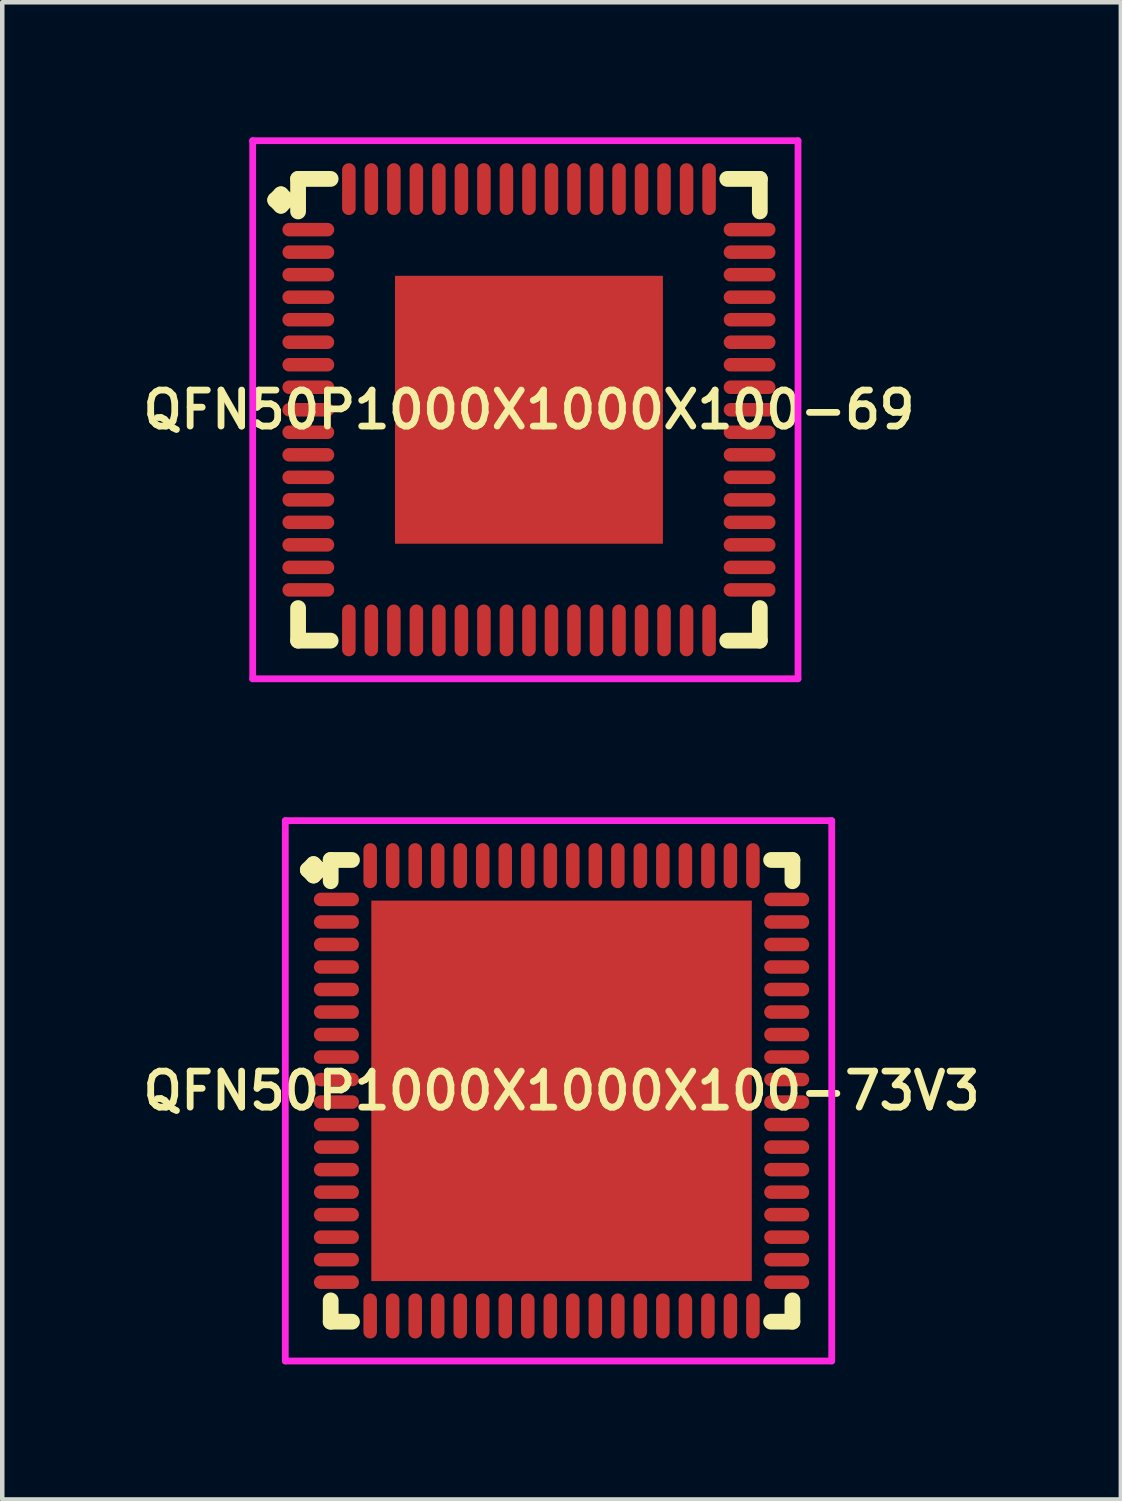
<source format=kicad_pcb>
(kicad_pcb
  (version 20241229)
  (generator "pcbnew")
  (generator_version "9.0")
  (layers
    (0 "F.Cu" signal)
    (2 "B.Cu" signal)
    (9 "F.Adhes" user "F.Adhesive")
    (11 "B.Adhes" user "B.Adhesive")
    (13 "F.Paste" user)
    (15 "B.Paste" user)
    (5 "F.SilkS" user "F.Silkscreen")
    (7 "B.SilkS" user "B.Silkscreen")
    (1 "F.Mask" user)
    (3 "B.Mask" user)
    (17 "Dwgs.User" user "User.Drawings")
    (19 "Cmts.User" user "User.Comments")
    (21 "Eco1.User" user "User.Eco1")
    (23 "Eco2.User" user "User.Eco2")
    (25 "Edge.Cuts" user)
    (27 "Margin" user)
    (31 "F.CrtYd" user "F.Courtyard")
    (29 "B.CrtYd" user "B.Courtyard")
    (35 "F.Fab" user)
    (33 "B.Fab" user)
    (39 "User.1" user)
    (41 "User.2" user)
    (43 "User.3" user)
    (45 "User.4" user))
  (footprint "QFN50P1000X1000X100-73V3"
    (layer "F.Cu")
    (at 9.421 21.175)
    (property "Reference" "QFN50P1000X1000X100-73V3" (at 0 0 0) (layer "F.SilkS") (effects (font (size 0.8 0.8) (thickness 0.15))))
    (attr smd)
    (fp_line (start -5.635 -4.908) (end -5.508 -5.035) (stroke (width 0.35) (type solid)) (layer "F.SilkS"))
    (fp_line (start -5.508 -5.035) (end -5.381 -4.908) (stroke (width 0.35) (type solid)) (layer "F.SilkS"))
    (fp_line (start -5.508 -4.781) (end -5.635 -4.908) (stroke (width 0.35) (type solid)) (layer "F.SilkS"))
    (fp_line (start -5.381 -4.908) (end -5.508 -4.781) (stroke (width 0.35) (type solid)) (layer "F.SilkS"))
    (fp_line (start -5.127 -5.127) (end -4.654 -5.127) (stroke (width 0.35) (type solid)) (layer "F.SilkS"))
    (fp_line (start -5.127 -4.654) (end -5.127 -5.127) (stroke (width 0.35) (type solid)) (layer "F.SilkS"))
    (fp_line (start -5.127 4.654) (end -5.127 5.127) (stroke (width 0.35) (type solid)) (layer "F.SilkS"))
    (fp_line (start -5.127 5.127) (end -4.654 5.127) (stroke (width 0.35) (type solid)) (layer "F.SilkS"))
    (fp_line (start 4.654 -5.127) (end 5.127 -5.127) (stroke (width 0.35) (type solid)) (layer "F.SilkS"))
    (fp_line (start 4.654 5.127) (end 5.127 5.127) (stroke (width 0.35) (type solid)) (layer "F.SilkS"))
    (fp_line (start 5.127 -5.127) (end 5.127 -4.654) (stroke (width 0.35) (type solid)) (layer "F.SilkS"))
    (fp_line (start 5.127 5.127) (end 5.127 4.654) (stroke (width 0.35) (type solid)) (layer "F.SilkS"))
    (fp_line (start -6.135 -6) (end 6 -6) (stroke (width 0.15) (type solid)) (layer "F.CrtYd"))
    (fp_line (start -6.135 6) (end -6.135 -6) (stroke (width 0.15) (type solid)) (layer "F.CrtYd"))
    (fp_line (start 6 -6) (end 6 6) (stroke (width 0.15) (type solid)) (layer "F.CrtYd"))
    (fp_line (start 6 6) (end -6.135 6) (stroke (width 0.15) (type solid)) (layer "F.CrtYd"))
    (pad "1" smd oval (at -5 -4.25) (size 1 0.3) (layers "F.Cu" "F.Mask" "F.Paste"))
    (pad "2" smd oval (at -5 -3.75) (size 1 0.3) (layers "F.Cu" "F.Mask" "F.Paste"))
    (pad "3" smd oval (at -5 -3.25) (size 1 0.3) (layers "F.Cu" "F.Mask" "F.Paste"))
    (pad "4" smd oval (at -5 -2.75) (size 1 0.3) (layers "F.Cu" "F.Mask" "F.Paste"))
    (pad "5" smd oval (at -5 -2.25) (size 1 0.3) (layers "F.Cu" "F.Mask" "F.Paste"))
    (pad "6" smd oval (at -5 -1.75) (size 1 0.3) (layers "F.Cu" "F.Mask" "F.Paste"))
    (pad "7" smd oval (at -5 -1.25) (size 1 0.3) (layers "F.Cu" "F.Mask" "F.Paste"))
    (pad "8" smd oval (at -5 -0.75) (size 1 0.3) (layers "F.Cu" "F.Mask" "F.Paste"))
    (pad "9" smd oval (at -5 -0.25) (size 1 0.3) (layers "F.Cu" "F.Mask" "F.Paste"))
    (pad "10" smd oval (at -5 0.25) (size 1 0.3) (layers "F.Cu" "F.Mask" "F.Paste"))
    (pad "11" smd oval (at -5 0.75) (size 1 0.3) (layers "F.Cu" "F.Mask" "F.Paste"))
    (pad "12" smd oval (at -5 1.25) (size 1 0.3) (layers "F.Cu" "F.Mask" "F.Paste"))
    (pad "13" smd oval (at -5 1.75) (size 1 0.3) (layers "F.Cu" "F.Mask" "F.Paste"))
    (pad "14" smd oval (at -5 2.25) (size 1 0.3) (layers "F.Cu" "F.Mask" "F.Paste"))
    (pad "15" smd oval (at -5 2.75) (size 1 0.3) (layers "F.Cu" "F.Mask" "F.Paste"))
    (pad "16" smd oval (at -5 3.25) (size 1 0.3) (layers "F.Cu" "F.Mask" "F.Paste"))
    (pad "17" smd oval (at -5 3.75) (size 1 0.3) (layers "F.Cu" "F.Mask" "F.Paste"))
    (pad "18" smd oval (at -5 4.25) (size 1 0.3) (layers "F.Cu" "F.Mask" "F.Paste"))
    (pad "19" smd oval (at -4.25 5) (size 0.3 1) (layers "F.Cu" "F.Mask" "F.Paste"))
    (pad "20" smd oval (at -3.75 5) (size 0.3 1) (layers "F.Cu" "F.Mask" "F.Paste"))
    (pad "21" smd oval (at -3.25 5) (size 0.3 1) (layers "F.Cu" "F.Mask" "F.Paste"))
    (pad "22" smd oval (at -2.75 5) (size 0.3 1) (layers "F.Cu" "F.Mask" "F.Paste"))
    (pad "23" smd oval (at -2.25 5) (size 0.3 1) (layers "F.Cu" "F.Mask" "F.Paste"))
    (pad "24" smd oval (at -1.75 5) (size 0.3 1) (layers "F.Cu" "F.Mask" "F.Paste"))
    (pad "25" smd oval (at -1.25 5) (size 0.3 1) (layers "F.Cu" "F.Mask" "F.Paste"))
    (pad "26" smd oval (at -0.75 5) (size 0.3 1) (layers "F.Cu" "F.Mask" "F.Paste"))
    (pad "27" smd oval (at -0.25 5) (size 0.3 1) (layers "F.Cu" "F.Mask" "F.Paste"))
    (pad "28" smd oval (at 0.25 5) (size 0.3 1) (layers "F.Cu" "F.Mask" "F.Paste"))
    (pad "29" smd oval (at 0.75 5) (size 0.3 1) (layers "F.Cu" "F.Mask" "F.Paste"))
    (pad "30" smd oval (at 1.25 5) (size 0.3 1) (layers "F.Cu" "F.Mask" "F.Paste"))
    (pad "31" smd oval (at 1.75 5) (size 0.3 1) (layers "F.Cu" "F.Mask" "F.Paste"))
    (pad "32" smd oval (at 2.25 5) (size 0.3 1) (layers "F.Cu" "F.Mask" "F.Paste"))
    (pad "33" smd oval (at 2.75 5) (size 0.3 1) (layers "F.Cu" "F.Mask" "F.Paste"))
    (pad "34" smd oval (at 3.25 5) (size 0.3 1) (layers "F.Cu" "F.Mask" "F.Paste"))
    (pad "35" smd oval (at 3.75 5) (size 0.3 1) (layers "F.Cu" "F.Mask" "F.Paste"))
    (pad "36" smd oval (at 4.25 5) (size 0.3 1) (layers "F.Cu" "F.Mask" "F.Paste"))
    (pad "37" smd oval (at 5 4.25) (size 1 0.3) (layers "F.Cu" "F.Mask" "F.Paste"))
    (pad "38" smd oval (at 5 3.75) (size 1 0.3) (layers "F.Cu" "F.Mask" "F.Paste"))
    (pad "39" smd oval (at 5 3.25) (size 1 0.3) (layers "F.Cu" "F.Mask" "F.Paste"))
    (pad "40" smd oval (at 5 2.75) (size 1 0.3) (layers "F.Cu" "F.Mask" "F.Paste"))
    (pad "41" smd oval (at 5 2.25) (size 1 0.3) (layers "F.Cu" "F.Mask" "F.Paste"))
    (pad "42" smd oval (at 5 1.75) (size 1 0.3) (layers "F.Cu" "F.Mask" "F.Paste"))
    (pad "43" smd oval (at 5 1.25) (size 1 0.3) (layers "F.Cu" "F.Mask" "F.Paste"))
    (pad "44" smd oval (at 5 0.75) (size 1 0.3) (layers "F.Cu" "F.Mask" "F.Paste"))
    (pad "45" smd oval (at 5 0.25) (size 1 0.3) (layers "F.Cu" "F.Mask" "F.Paste"))
    (pad "46" smd oval (at 5 -0.25) (size 1 0.3) (layers "F.Cu" "F.Mask" "F.Paste"))
    (pad "47" smd oval (at 5 -0.75) (size 1 0.3) (layers "F.Cu" "F.Mask" "F.Paste"))
    (pad "48" smd oval (at 5 -1.25) (size 1 0.3) (layers "F.Cu" "F.Mask" "F.Paste"))
    (pad "49" smd oval (at 5 -1.75) (size 1 0.3) (layers "F.Cu" "F.Mask" "F.Paste"))
    (pad "50" smd oval (at 5 -2.25) (size 1 0.3) (layers "F.Cu" "F.Mask" "F.Paste"))
    (pad "51" smd oval (at 5 -2.75) (size 1 0.3) (layers "F.Cu" "F.Mask" "F.Paste"))
    (pad "52" smd oval (at 5 -3.25) (size 1 0.3) (layers "F.Cu" "F.Mask" "F.Paste"))
    (pad "53" smd oval (at 5 -3.75) (size 1 0.3) (layers "F.Cu" "F.Mask" "F.Paste"))
    (pad "54" smd oval (at 5 -4.25) (size 1 0.3) (layers "F.Cu" "F.Mask" "F.Paste"))
    (pad "55" smd oval (at 4.25 -5) (size 0.3 1) (layers "F.Cu" "F.Mask" "F.Paste"))
    (pad "56" smd oval (at 3.75 -5) (size 0.3 1) (layers "F.Cu" "F.Mask" "F.Paste"))
    (pad "57" smd oval (at 3.25 -5) (size 0.3 1) (layers "F.Cu" "F.Mask" "F.Paste"))
    (pad "58" smd oval (at 2.75 -5) (size 0.3 1) (layers "F.Cu" "F.Mask" "F.Paste"))
    (pad "59" smd oval (at 2.25 -5) (size 0.3 1) (layers "F.Cu" "F.Mask" "F.Paste"))
    (pad "60" smd oval (at 1.75 -5) (size 0.3 1) (layers "F.Cu" "F.Mask" "F.Paste"))
    (pad "61" smd oval (at 1.25 -5) (size 0.3 1) (layers "F.Cu" "F.Mask" "F.Paste"))
    (pad "62" smd oval (at 0.75 -5) (size 0.3 1) (layers "F.Cu" "F.Mask" "F.Paste"))
    (pad "63" smd oval (at 0.25 -5) (size 0.3 1) (layers "F.Cu" "F.Mask" "F.Paste"))
    (pad "64" smd oval (at -0.25 -5) (size 0.3 1) (layers "F.Cu" "F.Mask" "F.Paste"))
    (pad "65" smd oval (at -0.75 -5) (size 0.3 1) (layers "F.Cu" "F.Mask" "F.Paste"))
    (pad "66" smd oval (at -1.25 -5) (size 0.3 1) (layers "F.Cu" "F.Mask" "F.Paste"))
    (pad "67" smd oval (at -1.75 -5) (size 0.3 1) (layers "F.Cu" "F.Mask" "F.Paste"))
    (pad "68" smd oval (at -2.25 -5) (size 0.3 1) (layers "F.Cu" "F.Mask" "F.Paste"))
    (pad "69" smd oval (at -2.75 -5) (size 0.3 1) (layers "F.Cu" "F.Mask" "F.Paste"))
    (pad "70" smd oval (at -3.25 -5) (size 0.3 1) (layers "F.Cu" "F.Mask" "F.Paste"))
    (pad "71" smd oval (at -3.75 -5) (size 0.3 1) (layers "F.Cu" "F.Mask" "F.Paste"))
    (pad "72" smd oval (at -4.25 -5) (size 0.3 1) (layers "F.Cu" "F.Mask" "F.Paste"))
    (pad "73" smd rect (at 0 0) (size 8.45 8.45) (layers "F.Cu" "F.Mask" "F.Paste")))
  (footprint "QFN50P1000X1000X100-69"
    (layer "F.Cu")
    (at 8.697 6.05)
    (property "Reference" "QFN50P1000X1000X100-69" (at 0 0 0) (layer "F.SilkS") (effects (font (size 0.8 0.8) (thickness 0.15))))
    (attr smd)
    (fp_line (start -5.635 -4.658) (end -5.508 -4.785) (stroke (width 0.35) (type solid)) (layer "F.SilkS"))
    (fp_line (start -5.508 -4.785) (end -5.381 -4.658) (stroke (width 0.35) (type solid)) (layer "F.SilkS"))
    (fp_line (start -5.508 -4.531) (end -5.635 -4.658) (stroke (width 0.35) (type solid)) (layer "F.SilkS"))
    (fp_line (start -5.381 -4.658) (end -5.508 -4.531) (stroke (width 0.35) (type solid)) (layer "F.SilkS"))
    (fp_line (start -5.127 -5.127) (end -4.404 -5.127) (stroke (width 0.35) (type solid)) (layer "F.SilkS"))
    (fp_line (start -5.127 -4.404) (end -5.127 -5.127) (stroke (width 0.35) (type solid)) (layer "F.SilkS"))
    (fp_line (start -5.127 4.404) (end -5.127 5.127) (stroke (width 0.35) (type solid)) (layer "F.SilkS"))
    (fp_line (start -5.127 5.127) (end -4.404 5.127) (stroke (width 0.35) (type solid)) (layer "F.SilkS"))
    (fp_line (start 4.404 -5.127) (end 5.127 -5.127) (stroke (width 0.35) (type solid)) (layer "F.SilkS"))
    (fp_line (start 4.404 5.127) (end 5.127 5.127) (stroke (width 0.35) (type solid)) (layer "F.SilkS"))
    (fp_line (start 5.127 -5.127) (end 5.127 -4.404) (stroke (width 0.35) (type solid)) (layer "F.SilkS"))
    (fp_line (start 5.127 5.127) (end 5.127 4.404) (stroke (width 0.35) (type solid)) (layer "F.SilkS"))
    (fp_line (start -6.135 -5.975) (end 5.975 -5.975) (stroke (width 0.15) (type solid)) (layer "F.CrtYd"))
    (fp_line (start -6.135 5.975) (end -6.135 -5.975) (stroke (width 0.15) (type solid)) (layer "F.CrtYd"))
    (fp_line (start 5.975 -5.975) (end 5.975 5.975) (stroke (width 0.15) (type solid)) (layer "F.CrtYd"))
    (fp_line (start 5.975 5.975) (end -6.135 5.975) (stroke (width 0.15) (type solid)) (layer "F.CrtYd"))
    (pad "1" smd oval (at -4.9 -4) (size 1.15 0.3) (layers "F.Cu" "F.Mask" "F.Paste"))
    (pad "2" smd oval (at -4.9 -3.5) (size 1.15 0.3) (layers "F.Cu" "F.Mask" "F.Paste"))
    (pad "3" smd oval (at -4.9 -3) (size 1.15 0.3) (layers "F.Cu" "F.Mask" "F.Paste"))
    (pad "4" smd oval (at -4.9 -2.5) (size 1.15 0.3) (layers "F.Cu" "F.Mask" "F.Paste"))
    (pad "5" smd oval (at -4.9 -2) (size 1.15 0.3) (layers "F.Cu" "F.Mask" "F.Paste"))
    (pad "6" smd oval (at -4.9 -1.5) (size 1.15 0.3) (layers "F.Cu" "F.Mask" "F.Paste"))
    (pad "7" smd oval (at -4.9 -1) (size 1.15 0.3) (layers "F.Cu" "F.Mask" "F.Paste"))
    (pad "8" smd oval (at -4.9 -0.5) (size 1.15 0.3) (layers "F.Cu" "F.Mask" "F.Paste"))
    (pad "9" smd oval (at -4.9 0) (size 1.15 0.3) (layers "F.Cu" "F.Mask" "F.Paste"))
    (pad "10" smd oval (at -4.9 0.5) (size 1.15 0.3) (layers "F.Cu" "F.Mask" "F.Paste"))
    (pad "11" smd oval (at -4.9 1) (size 1.15 0.3) (layers "F.Cu" "F.Mask" "F.Paste"))
    (pad "12" smd oval (at -4.9 1.5) (size 1.15 0.3) (layers "F.Cu" "F.Mask" "F.Paste"))
    (pad "13" smd oval (at -4.9 2) (size 1.15 0.3) (layers "F.Cu" "F.Mask" "F.Paste"))
    (pad "14" smd oval (at -4.9 2.5) (size 1.15 0.3) (layers "F.Cu" "F.Mask" "F.Paste"))
    (pad "15" smd oval (at -4.9 3) (size 1.15 0.3) (layers "F.Cu" "F.Mask" "F.Paste"))
    (pad "16" smd oval (at -4.9 3.5) (size 1.15 0.3) (layers "F.Cu" "F.Mask" "F.Paste"))
    (pad "17" smd oval (at -4.9 4) (size 1.15 0.3) (layers "F.Cu" "F.Mask" "F.Paste"))
    (pad "18" smd oval (at -4 4.9) (size 0.3 1.15) (layers "F.Cu" "F.Mask" "F.Paste"))
    (pad "19" smd oval (at -3.5 4.9) (size 0.3 1.15) (layers "F.Cu" "F.Mask" "F.Paste"))
    (pad "20" smd oval (at -3 4.9) (size 0.3 1.15) (layers "F.Cu" "F.Mask" "F.Paste"))
    (pad "21" smd oval (at -2.5 4.9) (size 0.3 1.15) (layers "F.Cu" "F.Mask" "F.Paste"))
    (pad "22" smd oval (at -2 4.9) (size 0.3 1.15) (layers "F.Cu" "F.Mask" "F.Paste"))
    (pad "23" smd oval (at -1.5 4.9) (size 0.3 1.15) (layers "F.Cu" "F.Mask" "F.Paste"))
    (pad "24" smd oval (at -1 4.9) (size 0.3 1.15) (layers "F.Cu" "F.Mask" "F.Paste"))
    (pad "25" smd oval (at -0.5 4.9) (size 0.3 1.15) (layers "F.Cu" "F.Mask" "F.Paste"))
    (pad "26" smd oval (at 0 4.9) (size 0.3 1.15) (layers "F.Cu" "F.Mask" "F.Paste"))
    (pad "27" smd oval (at 0.5 4.9) (size 0.3 1.15) (layers "F.Cu" "F.Mask" "F.Paste"))
    (pad "28" smd oval (at 1 4.9) (size 0.3 1.15) (layers "F.Cu" "F.Mask" "F.Paste"))
    (pad "29" smd oval (at 1.5 4.9) (size 0.3 1.15) (layers "F.Cu" "F.Mask" "F.Paste"))
    (pad "30" smd oval (at 2 4.9) (size 0.3 1.15) (layers "F.Cu" "F.Mask" "F.Paste"))
    (pad "31" smd oval (at 2.5 4.9) (size 0.3 1.15) (layers "F.Cu" "F.Mask" "F.Paste"))
    (pad "32" smd oval (at 3 4.9) (size 0.3 1.15) (layers "F.Cu" "F.Mask" "F.Paste"))
    (pad "33" smd oval (at 3.5 4.9) (size 0.3 1.15) (layers "F.Cu" "F.Mask" "F.Paste"))
    (pad "34" smd oval (at 4 4.9) (size 0.3 1.15) (layers "F.Cu" "F.Mask" "F.Paste"))
    (pad "35" smd oval (at 4.9 4) (size 1.15 0.3) (layers "F.Cu" "F.Mask" "F.Paste"))
    (pad "36" smd oval (at 4.9 3.5) (size 1.15 0.3) (layers "F.Cu" "F.Mask" "F.Paste"))
    (pad "37" smd oval (at 4.9 3) (size 1.15 0.3) (layers "F.Cu" "F.Mask" "F.Paste"))
    (pad "38" smd oval (at 4.9 2.5) (size 1.15 0.3) (layers "F.Cu" "F.Mask" "F.Paste"))
    (pad "39" smd oval (at 4.9 2) (size 1.15 0.3) (layers "F.Cu" "F.Mask" "F.Paste"))
    (pad "40" smd oval (at 4.9 1.5) (size 1.15 0.3) (layers "F.Cu" "F.Mask" "F.Paste"))
    (pad "41" smd oval (at 4.9 1) (size 1.15 0.3) (layers "F.Cu" "F.Mask" "F.Paste"))
    (pad "42" smd oval (at 4.9 0.5) (size 1.15 0.3) (layers "F.Cu" "F.Mask" "F.Paste"))
    (pad "43" smd oval (at 4.9 0) (size 1.15 0.3) (layers "F.Cu" "F.Mask" "F.Paste"))
    (pad "44" smd oval (at 4.9 -0.5) (size 1.15 0.3) (layers "F.Cu" "F.Mask" "F.Paste"))
    (pad "45" smd oval (at 4.9 -1) (size 1.15 0.3) (layers "F.Cu" "F.Mask" "F.Paste"))
    (pad "46" smd oval (at 4.9 -1.5) (size 1.15 0.3) (layers "F.Cu" "F.Mask" "F.Paste"))
    (pad "47" smd oval (at 4.9 -2) (size 1.15 0.3) (layers "F.Cu" "F.Mask" "F.Paste"))
    (pad "48" smd oval (at 4.9 -2.5) (size 1.15 0.3) (layers "F.Cu" "F.Mask" "F.Paste"))
    (pad "49" smd oval (at 4.9 -3) (size 1.15 0.3) (layers "F.Cu" "F.Mask" "F.Paste"))
    (pad "50" smd oval (at 4.9 -3.5) (size 1.15 0.3) (layers "F.Cu" "F.Mask" "F.Paste"))
    (pad "51" smd oval (at 4.9 -4) (size 1.15 0.3) (layers "F.Cu" "F.Mask" "F.Paste"))
    (pad "52" smd oval (at 4 -4.9) (size 0.3 1.15) (layers "F.Cu" "F.Mask" "F.Paste"))
    (pad "53" smd oval (at 3.5 -4.9) (size 0.3 1.15) (layers "F.Cu" "F.Mask" "F.Paste"))
    (pad "54" smd oval (at 3 -4.9) (size 0.3 1.15) (layers "F.Cu" "F.Mask" "F.Paste"))
    (pad "55" smd oval (at 2.5 -4.9) (size 0.3 1.15) (layers "F.Cu" "F.Mask" "F.Paste"))
    (pad "56" smd oval (at 2 -4.9) (size 0.3 1.15) (layers "F.Cu" "F.Mask" "F.Paste"))
    (pad "57" smd oval (at 1.5 -4.9) (size 0.3 1.15) (layers "F.Cu" "F.Mask" "F.Paste"))
    (pad "58" smd oval (at 1 -4.9) (size 0.3 1.15) (layers "F.Cu" "F.Mask" "F.Paste"))
    (pad "59" smd oval (at 0.5 -4.9) (size 0.3 1.15) (layers "F.Cu" "F.Mask" "F.Paste"))
    (pad "60" smd oval (at 0 -4.9) (size 0.3 1.15) (layers "F.Cu" "F.Mask" "F.Paste"))
    (pad "61" smd oval (at -0.5 -4.9) (size 0.3 1.15) (layers "F.Cu" "F.Mask" "F.Paste"))
    (pad "62" smd oval (at -1 -4.9) (size 0.3 1.15) (layers "F.Cu" "F.Mask" "F.Paste"))
    (pad "63" smd oval (at -1.5 -4.9) (size 0.3 1.15) (layers "F.Cu" "F.Mask" "F.Paste"))
    (pad "64" smd oval (at -2 -4.9) (size 0.3 1.15) (layers "F.Cu" "F.Mask" "F.Paste"))
    (pad "65" smd oval (at -2.5 -4.9) (size 0.3 1.15) (layers "F.Cu" "F.Mask" "F.Paste"))
    (pad "66" smd oval (at -3 -4.9) (size 0.3 1.15) (layers "F.Cu" "F.Mask" "F.Paste"))
    (pad "67" smd oval (at -3.5 -4.9) (size 0.3 1.15) (layers "F.Cu" "F.Mask" "F.Paste"))
    (pad "68" smd oval (at -4 -4.9) (size 0.3 1.15) (layers "F.Cu" "F.Mask" "F.Paste"))
    (pad "69" smd rect (at 0 0) (size 5.95 5.95) (layers "F.Cu" "F.Mask" "F.Paste")))
  (gr_rect
    (start -3 -3)
    (end 21.842 30.25)
    (stroke (width 0.1) (type default))
    (fill no)
    (layer "Edge.Cuts")))
</source>
